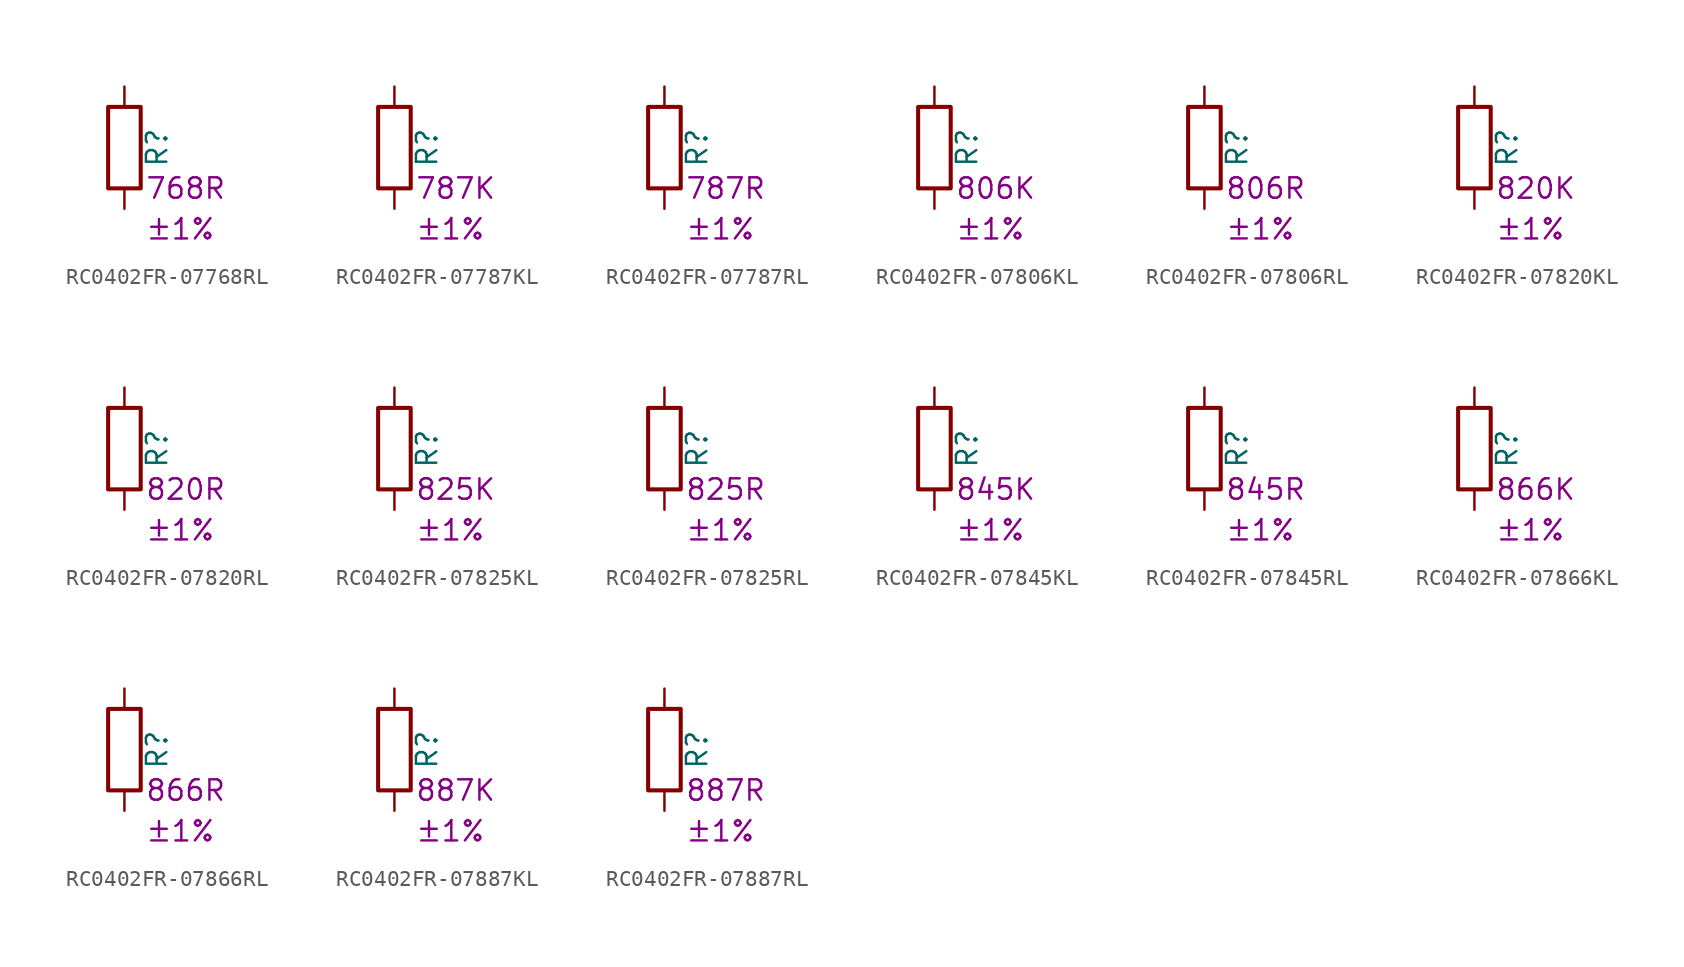
<source format=kicad_sym>
(kicad_symbol_lib
  (version 20220914)
  (generator kicad_symbol_editor)
  (symbol "RC0402FR-07768RL"
    (pin_numbers hide)
    (pin_names
      (offset 0))
    (property "Reference" "R"
      (at 2.032 0 90)
      (effects (font (size 1.27 1.27))))
    (property "Resistance" "768R"
      (at 1.27 -2.54 0)
      (effects (font (size 1.27 1.27)) (justify left)))
    (property "Tolerance" "±1%"
      (at 1.27 -5.08 0)
      (effects (font (size 1.27 1.27)) (justify left)))
    (symbol "RC0402FR-07768RL_0_1"
      (rectangle (start -1.016 -2.54) (end 1.016 2.54) (stroke (width 0.254) (type default)) (fill (type none))))
    (symbol "RC0402FR-07768RL_1_1"
      (pin passive line (at 0 3.81 270) (length 1.27) (name "~" (effects (font (size 1.27 1.27)))) (number "1" (effects (font (size 1.27 1.27)))))
      (pin passive line (at 0 -3.81 90) (length 1.27) (name "~" (effects (font (size 1.27 1.27)))) (number "2" (effects (font (size 1.27 1.27)))))))
  (symbol "RC0402FR-07787KL"
    (pin_numbers hide)
    (pin_names
      (offset 0))
    (property "Reference" "R"
      (at 2.032 0 90)
      (effects (font (size 1.27 1.27))))
    (property "Resistance" "787K"
      (at 1.27 -2.54 0)
      (effects (font (size 1.27 1.27)) (justify left)))
    (property "Tolerance" "±1%"
      (at 1.27 -5.08 0)
      (effects (font (size 1.27 1.27)) (justify left)))
    (symbol "RC0402FR-07787KL_0_1"
      (rectangle (start -1.016 -2.54) (end 1.016 2.54) (stroke (width 0.254) (type default)) (fill (type none))))
    (symbol "RC0402FR-07787KL_1_1"
      (pin passive line (at 0 3.81 270) (length 1.27) (name "~" (effects (font (size 1.27 1.27)))) (number "1" (effects (font (size 1.27 1.27)))))
      (pin passive line (at 0 -3.81 90) (length 1.27) (name "~" (effects (font (size 1.27 1.27)))) (number "2" (effects (font (size 1.27 1.27)))))))
  (symbol "RC0402FR-07787RL"
    (pin_numbers hide)
    (pin_names
      (offset 0))
    (property "Reference" "R"
      (at 2.032 0 90)
      (effects (font (size 1.27 1.27))))
    (property "Resistance" "787R"
      (at 1.27 -2.54 0)
      (effects (font (size 1.27 1.27)) (justify left)))
    (property "Tolerance" "±1%"
      (at 1.27 -5.08 0)
      (effects (font (size 1.27 1.27)) (justify left)))
    (symbol "RC0402FR-07787RL_0_1"
      (rectangle (start -1.016 -2.54) (end 1.016 2.54) (stroke (width 0.254) (type default)) (fill (type none))))
    (symbol "RC0402FR-07787RL_1_1"
      (pin passive line (at 0 3.81 270) (length 1.27) (name "~" (effects (font (size 1.27 1.27)))) (number "1" (effects (font (size 1.27 1.27)))))
      (pin passive line (at 0 -3.81 90) (length 1.27) (name "~" (effects (font (size 1.27 1.27)))) (number "2" (effects (font (size 1.27 1.27)))))))
  (symbol "RC0402FR-07806KL"
    (pin_numbers hide)
    (pin_names
      (offset 0))
    (property "Reference" "R"
      (at 2.032 0 90)
      (effects (font (size 1.27 1.27))))
    (property "Resistance" "806K"
      (at 1.27 -2.54 0)
      (effects (font (size 1.27 1.27)) (justify left)))
    (property "Tolerance" "±1%"
      (at 1.27 -5.08 0)
      (effects (font (size 1.27 1.27)) (justify left)))
    (symbol "RC0402FR-07806KL_0_1"
      (rectangle (start -1.016 -2.54) (end 1.016 2.54) (stroke (width 0.254) (type default)) (fill (type none))))
    (symbol "RC0402FR-07806KL_1_1"
      (pin passive line (at 0 3.81 270) (length 1.27) (name "~" (effects (font (size 1.27 1.27)))) (number "1" (effects (font (size 1.27 1.27)))))
      (pin passive line (at 0 -3.81 90) (length 1.27) (name "~" (effects (font (size 1.27 1.27)))) (number "2" (effects (font (size 1.27 1.27)))))))
  (symbol "RC0402FR-07806RL"
    (pin_numbers hide)
    (pin_names
      (offset 0))
    (property "Reference" "R"
      (at 2.032 0 90)
      (effects (font (size 1.27 1.27))))
    (property "Resistance" "806R"
      (at 1.27 -2.54 0)
      (effects (font (size 1.27 1.27)) (justify left)))
    (property "Tolerance" "±1%"
      (at 1.27 -5.08 0)
      (effects (font (size 1.27 1.27)) (justify left)))
    (symbol "RC0402FR-07806RL_0_1"
      (rectangle (start -1.016 -2.54) (end 1.016 2.54) (stroke (width 0.254) (type default)) (fill (type none))))
    (symbol "RC0402FR-07806RL_1_1"
      (pin passive line (at 0 3.81 270) (length 1.27) (name "~" (effects (font (size 1.27 1.27)))) (number "1" (effects (font (size 1.27 1.27)))))
      (pin passive line (at 0 -3.81 90) (length 1.27) (name "~" (effects (font (size 1.27 1.27)))) (number "2" (effects (font (size 1.27 1.27)))))))
  (symbol "RC0402FR-07820KL"
    (pin_numbers hide)
    (pin_names
      (offset 0))
    (property "Reference" "R"
      (at 2.032 0 90)
      (effects (font (size 1.27 1.27))))
    (property "Resistance" "820K"
      (at 1.27 -2.54 0)
      (effects (font (size 1.27 1.27)) (justify left)))
    (property "Tolerance" "±1%"
      (at 1.27 -5.08 0)
      (effects (font (size 1.27 1.27)) (justify left)))
    (symbol "RC0402FR-07820KL_0_1"
      (rectangle (start -1.016 -2.54) (end 1.016 2.54) (stroke (width 0.254) (type default)) (fill (type none))))
    (symbol "RC0402FR-07820KL_1_1"
      (pin passive line (at 0 3.81 270) (length 1.27) (name "~" (effects (font (size 1.27 1.27)))) (number "1" (effects (font (size 1.27 1.27)))))
      (pin passive line (at 0 -3.81 90) (length 1.27) (name "~" (effects (font (size 1.27 1.27)))) (number "2" (effects (font (size 1.27 1.27)))))))
  (symbol "RC0402FR-07820RL"
    (pin_numbers hide)
    (pin_names
      (offset 0))
    (property "Reference" "R"
      (at 2.032 0 90)
      (effects (font (size 1.27 1.27))))
    (property "Resistance" "820R"
      (at 1.27 -2.54 0)
      (effects (font (size 1.27 1.27)) (justify left)))
    (property "Tolerance" "±1%"
      (at 1.27 -5.08 0)
      (effects (font (size 1.27 1.27)) (justify left)))
    (symbol "RC0402FR-07820RL_0_1"
      (rectangle (start -1.016 -2.54) (end 1.016 2.54) (stroke (width 0.254) (type default)) (fill (type none))))
    (symbol "RC0402FR-07820RL_1_1"
      (pin passive line (at 0 3.81 270) (length 1.27) (name "~" (effects (font (size 1.27 1.27)))) (number "1" (effects (font (size 1.27 1.27)))))
      (pin passive line (at 0 -3.81 90) (length 1.27) (name "~" (effects (font (size 1.27 1.27)))) (number "2" (effects (font (size 1.27 1.27)))))))
  (symbol "RC0402FR-07825KL"
    (pin_numbers hide)
    (pin_names
      (offset 0))
    (property "Reference" "R"
      (at 2.032 0 90)
      (effects (font (size 1.27 1.27))))
    (property "Resistance" "825K"
      (at 1.27 -2.54 0)
      (effects (font (size 1.27 1.27)) (justify left)))
    (property "Tolerance" "±1%"
      (at 1.27 -5.08 0)
      (effects (font (size 1.27 1.27)) (justify left)))
    (symbol "RC0402FR-07825KL_0_1"
      (rectangle (start -1.016 -2.54) (end 1.016 2.54) (stroke (width 0.254) (type default)) (fill (type none))))
    (symbol "RC0402FR-07825KL_1_1"
      (pin passive line (at 0 3.81 270) (length 1.27) (name "~" (effects (font (size 1.27 1.27)))) (number "1" (effects (font (size 1.27 1.27)))))
      (pin passive line (at 0 -3.81 90) (length 1.27) (name "~" (effects (font (size 1.27 1.27)))) (number "2" (effects (font (size 1.27 1.27)))))))
  (symbol "RC0402FR-07825RL"
    (pin_numbers hide)
    (pin_names
      (offset 0))
    (property "Reference" "R"
      (at 2.032 0 90)
      (effects (font (size 1.27 1.27))))
    (property "Resistance" "825R"
      (at 1.27 -2.54 0)
      (effects (font (size 1.27 1.27)) (justify left)))
    (property "Tolerance" "±1%"
      (at 1.27 -5.08 0)
      (effects (font (size 1.27 1.27)) (justify left)))
    (symbol "RC0402FR-07825RL_0_1"
      (rectangle (start -1.016 -2.54) (end 1.016 2.54) (stroke (width 0.254) (type default)) (fill (type none))))
    (symbol "RC0402FR-07825RL_1_1"
      (pin passive line (at 0 3.81 270) (length 1.27) (name "~" (effects (font (size 1.27 1.27)))) (number "1" (effects (font (size 1.27 1.27)))))
      (pin passive line (at 0 -3.81 90) (length 1.27) (name "~" (effects (font (size 1.27 1.27)))) (number "2" (effects (font (size 1.27 1.27)))))))
  (symbol "RC0402FR-07845KL"
    (pin_numbers hide)
    (pin_names
      (offset 0))
    (property "Reference" "R"
      (at 2.032 0 90)
      (effects (font (size 1.27 1.27))))
    (property "Resistance" "845K"
      (at 1.27 -2.54 0)
      (effects (font (size 1.27 1.27)) (justify left)))
    (property "Tolerance" "±1%"
      (at 1.27 -5.08 0)
      (effects (font (size 1.27 1.27)) (justify left)))
    (symbol "RC0402FR-07845KL_0_1"
      (rectangle (start -1.016 -2.54) (end 1.016 2.54) (stroke (width 0.254) (type default)) (fill (type none))))
    (symbol "RC0402FR-07845KL_1_1"
      (pin passive line (at 0 3.81 270) (length 1.27) (name "~" (effects (font (size 1.27 1.27)))) (number "1" (effects (font (size 1.27 1.27)))))
      (pin passive line (at 0 -3.81 90) (length 1.27) (name "~" (effects (font (size 1.27 1.27)))) (number "2" (effects (font (size 1.27 1.27)))))))
  (symbol "RC0402FR-07845RL"
    (pin_numbers hide)
    (pin_names
      (offset 0))
    (property "Reference" "R"
      (at 2.032 0 90)
      (effects (font (size 1.27 1.27))))
    (property "Resistance" "845R"
      (at 1.27 -2.54 0)
      (effects (font (size 1.27 1.27)) (justify left)))
    (property "Tolerance" "±1%"
      (at 1.27 -5.08 0)
      (effects (font (size 1.27 1.27)) (justify left)))
    (symbol "RC0402FR-07845RL_0_1"
      (rectangle (start -1.016 -2.54) (end 1.016 2.54) (stroke (width 0.254) (type default)) (fill (type none))))
    (symbol "RC0402FR-07845RL_1_1"
      (pin passive line (at 0 3.81 270) (length 1.27) (name "~" (effects (font (size 1.27 1.27)))) (number "1" (effects (font (size 1.27 1.27)))))
      (pin passive line (at 0 -3.81 90) (length 1.27) (name "~" (effects (font (size 1.27 1.27)))) (number "2" (effects (font (size 1.27 1.27)))))))
  (symbol "RC0402FR-07866KL"
    (pin_numbers hide)
    (pin_names
      (offset 0))
    (property "Reference" "R"
      (at 2.032 0 90)
      (effects (font (size 1.27 1.27))))
    (property "Resistance" "866K"
      (at 1.27 -2.54 0)
      (effects (font (size 1.27 1.27)) (justify left)))
    (property "Tolerance" "±1%"
      (at 1.27 -5.08 0)
      (effects (font (size 1.27 1.27)) (justify left)))
    (symbol "RC0402FR-07866KL_0_1"
      (rectangle (start -1.016 -2.54) (end 1.016 2.54) (stroke (width 0.254) (type default)) (fill (type none))))
    (symbol "RC0402FR-07866KL_1_1"
      (pin passive line (at 0 3.81 270) (length 1.27) (name "~" (effects (font (size 1.27 1.27)))) (number "1" (effects (font (size 1.27 1.27)))))
      (pin passive line (at 0 -3.81 90) (length 1.27) (name "~" (effects (font (size 1.27 1.27)))) (number "2" (effects (font (size 1.27 1.27)))))))
  (symbol "RC0402FR-07866RL"
    (pin_numbers hide)
    (pin_names
      (offset 0))
    (property "Reference" "R"
      (at 2.032 0 90)
      (effects (font (size 1.27 1.27))))
    (property "Resistance" "866R"
      (at 1.27 -2.54 0)
      (effects (font (size 1.27 1.27)) (justify left)))
    (property "Tolerance" "±1%"
      (at 1.27 -5.08 0)
      (effects (font (size 1.27 1.27)) (justify left)))
    (symbol "RC0402FR-07866RL_0_1"
      (rectangle (start -1.016 -2.54) (end 1.016 2.54) (stroke (width 0.254) (type default)) (fill (type none))))
    (symbol "RC0402FR-07866RL_1_1"
      (pin passive line (at 0 3.81 270) (length 1.27) (name "~" (effects (font (size 1.27 1.27)))) (number "1" (effects (font (size 1.27 1.27)))))
      (pin passive line (at 0 -3.81 90) (length 1.27) (name "~" (effects (font (size 1.27 1.27)))) (number "2" (effects (font (size 1.27 1.27)))))))
  (symbol "RC0402FR-07887KL"
    (pin_numbers hide)
    (pin_names
      (offset 0))
    (property "Reference" "R"
      (at 2.032 0 90)
      (effects (font (size 1.27 1.27))))
    (property "Resistance" "887K"
      (at 1.27 -2.54 0)
      (effects (font (size 1.27 1.27)) (justify left)))
    (property "Tolerance" "±1%"
      (at 1.27 -5.08 0)
      (effects (font (size 1.27 1.27)) (justify left)))
    (symbol "RC0402FR-07887KL_0_1"
      (rectangle (start -1.016 -2.54) (end 1.016 2.54) (stroke (width 0.254) (type default)) (fill (type none))))
    (symbol "RC0402FR-07887KL_1_1"
      (pin passive line (at 0 3.81 270) (length 1.27) (name "~" (effects (font (size 1.27 1.27)))) (number "1" (effects (font (size 1.27 1.27)))))
      (pin passive line (at 0 -3.81 90) (length 1.27) (name "~" (effects (font (size 1.27 1.27)))) (number "2" (effects (font (size 1.27 1.27)))))))
  (symbol "RC0402FR-07887RL"
    (pin_numbers hide)
    (pin_names
      (offset 0))
    (property "Reference" "R"
      (at 2.032 0 90)
      (effects (font (size 1.27 1.27))))
    (property "Resistance" "887R"
      (at 1.27 -2.54 0)
      (effects (font (size 1.27 1.27)) (justify left)))
    (property "Tolerance" "±1%"
      (at 1.27 -5.08 0)
      (effects (font (size 1.27 1.27)) (justify left)))
    (symbol "RC0402FR-07887RL_0_1"
      (rectangle (start -1.016 -2.54) (end 1.016 2.54) (stroke (width 0.254) (type default)) (fill (type none))))
    (symbol "RC0402FR-07887RL_1_1"
      (pin passive line (at 0 3.81 270) (length 1.27) (name "~" (effects (font (size 1.27 1.27)))) (number "1" (effects (font (size 1.27 1.27)))))
      (pin passive line (at 0 -3.81 90) (length 1.27) (name "~" (effects (font (size 1.27 1.27)))) (number "2" (effects (font (size 1.27 1.27))))))))
</source>
